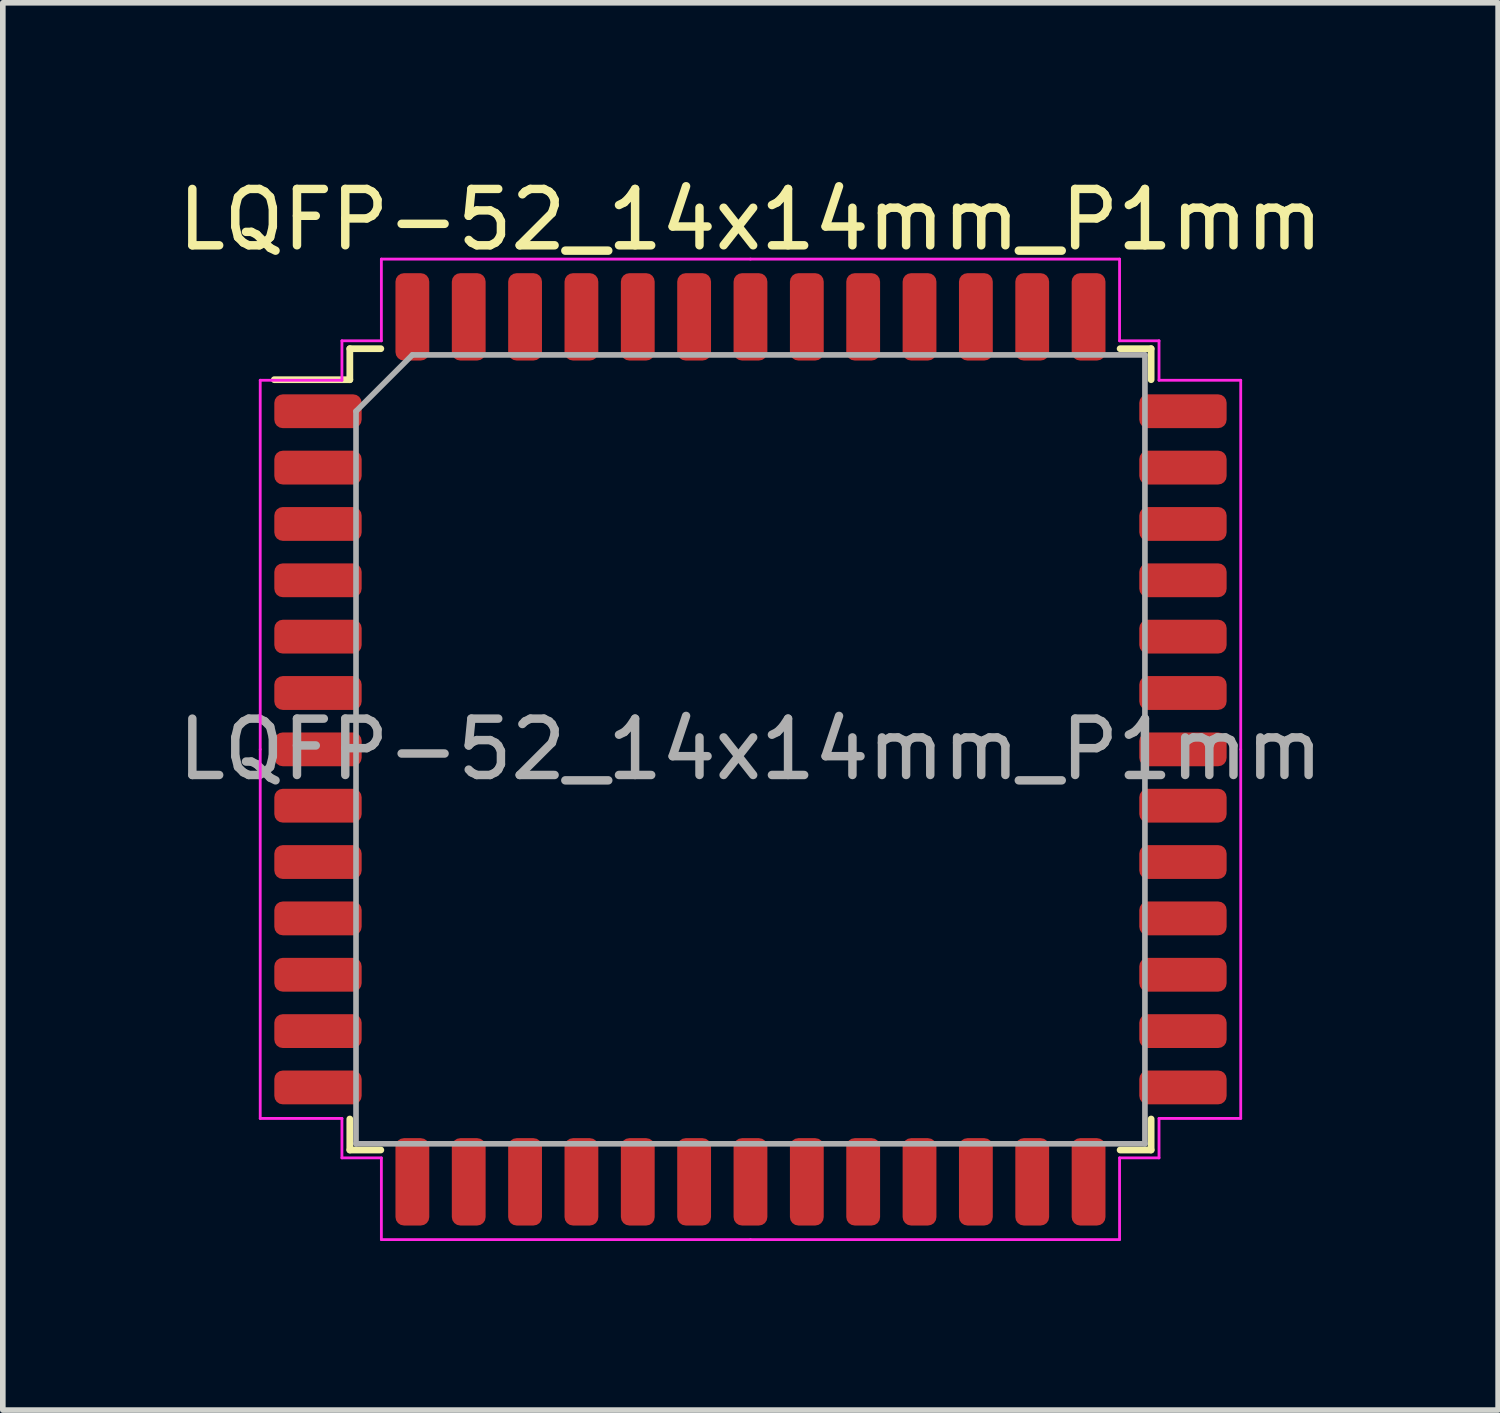
<source format=kicad_pcb>
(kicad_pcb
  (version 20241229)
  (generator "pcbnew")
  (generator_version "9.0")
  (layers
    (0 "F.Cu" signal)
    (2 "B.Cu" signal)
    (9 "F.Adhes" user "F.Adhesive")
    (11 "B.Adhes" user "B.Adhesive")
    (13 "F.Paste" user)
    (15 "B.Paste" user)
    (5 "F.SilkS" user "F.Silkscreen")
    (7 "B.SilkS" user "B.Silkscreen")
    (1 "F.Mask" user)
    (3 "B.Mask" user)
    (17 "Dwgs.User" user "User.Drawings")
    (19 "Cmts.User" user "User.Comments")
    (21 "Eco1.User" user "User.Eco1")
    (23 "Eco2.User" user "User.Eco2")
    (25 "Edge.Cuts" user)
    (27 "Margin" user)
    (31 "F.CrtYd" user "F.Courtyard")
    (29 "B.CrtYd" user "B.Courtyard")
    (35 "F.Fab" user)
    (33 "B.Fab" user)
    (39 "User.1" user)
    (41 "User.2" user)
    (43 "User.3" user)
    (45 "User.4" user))
  (footprint "LQFP-52_14x14mm_P1mm"
    (layer "F.Cu")
    (at 10.268 10.248)
    (property "Reference" "LQFP-52_14x14mm_P1mm" (at 0 -9.4 0) (layer "F.SilkS") (effects (font (size 1 1) (thickness 0.15))))
    (attr smd)
    (fp_line (start -7.11 -7.11) (end -7.11 -6.56) (stroke (width 0.12) (type solid)) (layer "F.SilkS"))
    (fp_line (start -7.11 -6.56) (end -8.45 -6.56) (stroke (width 0.12) (type solid)) (layer "F.SilkS"))
    (fp_line (start -7.11 7.11) (end -7.11 6.56) (stroke (width 0.12) (type solid)) (layer "F.SilkS"))
    (fp_line (start -6.56 -7.11) (end -7.11 -7.11) (stroke (width 0.12) (type solid)) (layer "F.SilkS"))
    (fp_line (start -6.56 7.11) (end -7.11 7.11) (stroke (width 0.12) (type solid)) (layer "F.SilkS"))
    (fp_line (start 6.56 -7.11) (end 7.11 -7.11) (stroke (width 0.12) (type solid)) (layer "F.SilkS"))
    (fp_line (start 6.56 7.11) (end 7.11 7.11) (stroke (width 0.12) (type solid)) (layer "F.SilkS"))
    (fp_line (start 7.11 -7.11) (end 7.11 -6.56) (stroke (width 0.12) (type solid)) (layer "F.SilkS"))
    (fp_line (start 7.11 7.11) (end 7.11 6.56) (stroke (width 0.12) (type solid)) (layer "F.SilkS"))
    (fp_line (start -8.7 -6.55) (end -8.7 0) (stroke (width 0.05) (type solid)) (layer "F.CrtYd"))
    (fp_line (start -8.7 6.55) (end -8.7 0) (stroke (width 0.05) (type solid)) (layer "F.CrtYd"))
    (fp_line (start -7.25 -7.25) (end -7.25 -6.55) (stroke (width 0.05) (type solid)) (layer "F.CrtYd"))
    (fp_line (start -7.25 -6.55) (end -8.7 -6.55) (stroke (width 0.05) (type solid)) (layer "F.CrtYd"))
    (fp_line (start -7.25 6.55) (end -8.7 6.55) (stroke (width 0.05) (type solid)) (layer "F.CrtYd"))
    (fp_line (start -7.25 7.25) (end -7.25 6.55) (stroke (width 0.05) (type solid)) (layer "F.CrtYd"))
    (fp_line (start -6.55 -8.7) (end -6.55 -7.25) (stroke (width 0.05) (type solid)) (layer "F.CrtYd"))
    (fp_line (start -6.55 -7.25) (end -7.25 -7.25) (stroke (width 0.05) (type solid)) (layer "F.CrtYd"))
    (fp_line (start -6.55 7.25) (end -7.25 7.25) (stroke (width 0.05) (type solid)) (layer "F.CrtYd"))
    (fp_line (start -6.55 8.7) (end -6.55 7.25) (stroke (width 0.05) (type solid)) (layer "F.CrtYd"))
    (fp_line (start 0 -8.7) (end -6.55 -8.7) (stroke (width 0.05) (type solid)) (layer "F.CrtYd"))
    (fp_line (start 0 -8.7) (end 6.55 -8.7) (stroke (width 0.05) (type solid)) (layer "F.CrtYd"))
    (fp_line (start 0 8.7) (end -6.55 8.7) (stroke (width 0.05) (type solid)) (layer "F.CrtYd"))
    (fp_line (start 0 8.7) (end 6.55 8.7) (stroke (width 0.05) (type solid)) (layer "F.CrtYd"))
    (fp_line (start 6.55 -8.7) (end 6.55 -7.25) (stroke (width 0.05) (type solid)) (layer "F.CrtYd"))
    (fp_line (start 6.55 -7.25) (end 7.25 -7.25) (stroke (width 0.05) (type solid)) (layer "F.CrtYd"))
    (fp_line (start 6.55 7.25) (end 7.25 7.25) (stroke (width 0.05) (type solid)) (layer "F.CrtYd"))
    (fp_line (start 6.55 8.7) (end 6.55 7.25) (stroke (width 0.05) (type solid)) (layer "F.CrtYd"))
    (fp_line (start 7.25 -7.25) (end 7.25 -6.55) (stroke (width 0.05) (type solid)) (layer "F.CrtYd"))
    (fp_line (start 7.25 -6.55) (end 8.7 -6.55) (stroke (width 0.05) (type solid)) (layer "F.CrtYd"))
    (fp_line (start 7.25 6.55) (end 8.7 6.55) (stroke (width 0.05) (type solid)) (layer "F.CrtYd"))
    (fp_line (start 7.25 7.25) (end 7.25 6.55) (stroke (width 0.05) (type solid)) (layer "F.CrtYd"))
    (fp_line (start 8.7 -6.55) (end 8.7 0) (stroke (width 0.05) (type solid)) (layer "F.CrtYd"))
    (fp_line (start 8.7 6.55) (end 8.7 0) (stroke (width 0.05) (type solid)) (layer "F.CrtYd"))
    (fp_line (start -7 -6) (end -6 -7) (stroke (width 0.1) (type solid)) (layer "F.Fab"))
    (fp_line (start -7 7) (end -7 -6) (stroke (width 0.1) (type solid)) (layer "F.Fab"))
    (fp_line (start -6 -7) (end 7 -7) (stroke (width 0.1) (type solid)) (layer "F.Fab"))
    (fp_line (start 7 -7) (end 7 7) (stroke (width 0.1) (type solid)) (layer "F.Fab"))
    (fp_line (start 7 7) (end -7 7) (stroke (width 0.1) (type solid)) (layer "F.Fab"))
    (fp_text user "${REFERENCE}" (at 0 0 0) (layer "F.Fab") (effects (font (size 1 1) (thickness 0.15))))
    (pad "1" smd roundrect (at -7.675 -6) (size 1.55 0.6) (layers "F.Cu" "F.Mask" "F.Paste") (roundrect_rratio 0.25))
    (pad "2" smd roundrect (at -7.675 -5) (size 1.55 0.6) (layers "F.Cu" "F.Mask" "F.Paste") (roundrect_rratio 0.25))
    (pad "3" smd roundrect (at -7.675 -4) (size 1.55 0.6) (layers "F.Cu" "F.Mask" "F.Paste") (roundrect_rratio 0.25))
    (pad "4" smd roundrect (at -7.675 -3) (size 1.55 0.6) (layers "F.Cu" "F.Mask" "F.Paste") (roundrect_rratio 0.25))
    (pad "5" smd roundrect (at -7.675 -2) (size 1.55 0.6) (layers "F.Cu" "F.Mask" "F.Paste") (roundrect_rratio 0.25))
    (pad "6" smd roundrect (at -7.675 -1) (size 1.55 0.6) (layers "F.Cu" "F.Mask" "F.Paste") (roundrect_rratio 0.25))
    (pad "7" smd roundrect (at -7.675 0) (size 1.55 0.6) (layers "F.Cu" "F.Mask" "F.Paste") (roundrect_rratio 0.25))
    (pad "8" smd roundrect (at -7.675 1) (size 1.55 0.6) (layers "F.Cu" "F.Mask" "F.Paste") (roundrect_rratio 0.25))
    (pad "9" smd roundrect (at -7.675 2) (size 1.55 0.6) (layers "F.Cu" "F.Mask" "F.Paste") (roundrect_rratio 0.25))
    (pad "10" smd roundrect (at -7.675 3) (size 1.55 0.6) (layers "F.Cu" "F.Mask" "F.Paste") (roundrect_rratio 0.25))
    (pad "11" smd roundrect (at -7.675 4) (size 1.55 0.6) (layers "F.Cu" "F.Mask" "F.Paste") (roundrect_rratio 0.25))
    (pad "12" smd roundrect (at -7.675 5) (size 1.55 0.6) (layers "F.Cu" "F.Mask" "F.Paste") (roundrect_rratio 0.25))
    (pad "13" smd roundrect (at -7.675 6) (size 1.55 0.6) (layers "F.Cu" "F.Mask" "F.Paste") (roundrect_rratio 0.25))
    (pad "14" smd roundrect (at -6 7.675) (size 0.6 1.55) (layers "F.Cu" "F.Mask" "F.Paste") (roundrect_rratio 0.25))
    (pad "15" smd roundrect (at -5 7.675) (size 0.6 1.55) (layers "F.Cu" "F.Mask" "F.Paste") (roundrect_rratio 0.25))
    (pad "16" smd roundrect (at -4 7.675) (size 0.6 1.55) (layers "F.Cu" "F.Mask" "F.Paste") (roundrect_rratio 0.25))
    (pad "17" smd roundrect (at -3 7.675) (size 0.6 1.55) (layers "F.Cu" "F.Mask" "F.Paste") (roundrect_rratio 0.25))
    (pad "18" smd roundrect (at -2 7.675) (size 0.6 1.55) (layers "F.Cu" "F.Mask" "F.Paste") (roundrect_rratio 0.25))
    (pad "19" smd roundrect (at -1 7.675) (size 0.6 1.55) (layers "F.Cu" "F.Mask" "F.Paste") (roundrect_rratio 0.25))
    (pad "20" smd roundrect (at 0 7.675) (size 0.6 1.55) (layers "F.Cu" "F.Mask" "F.Paste") (roundrect_rratio 0.25))
    (pad "21" smd roundrect (at 1 7.675) (size 0.6 1.55) (layers "F.Cu" "F.Mask" "F.Paste") (roundrect_rratio 0.25))
    (pad "22" smd roundrect (at 2 7.675) (size 0.6 1.55) (layers "F.Cu" "F.Mask" "F.Paste") (roundrect_rratio 0.25))
    (pad "23" smd roundrect (at 3 7.675) (size 0.6 1.55) (layers "F.Cu" "F.Mask" "F.Paste") (roundrect_rratio 0.25))
    (pad "24" smd roundrect (at 4 7.675) (size 0.6 1.55) (layers "F.Cu" "F.Mask" "F.Paste") (roundrect_rratio 0.25))
    (pad "25" smd roundrect (at 5 7.675) (size 0.6 1.55) (layers "F.Cu" "F.Mask" "F.Paste") (roundrect_rratio 0.25))
    (pad "26" smd roundrect (at 6 7.675) (size 0.6 1.55) (layers "F.Cu" "F.Mask" "F.Paste") (roundrect_rratio 0.25))
    (pad "27" smd roundrect (at 7.675 6) (size 1.55 0.6) (layers "F.Cu" "F.Mask" "F.Paste") (roundrect_rratio 0.25))
    (pad "28" smd roundrect (at 7.675 5) (size 1.55 0.6) (layers "F.Cu" "F.Mask" "F.Paste") (roundrect_rratio 0.25))
    (pad "29" smd roundrect (at 7.675 4) (size 1.55 0.6) (layers "F.Cu" "F.Mask" "F.Paste") (roundrect_rratio 0.25))
    (pad "30" smd roundrect (at 7.675 3) (size 1.55 0.6) (layers "F.Cu" "F.Mask" "F.Paste") (roundrect_rratio 0.25))
    (pad "31" smd roundrect (at 7.675 2) (size 1.55 0.6) (layers "F.Cu" "F.Mask" "F.Paste") (roundrect_rratio 0.25))
    (pad "32" smd roundrect (at 7.675 1) (size 1.55 0.6) (layers "F.Cu" "F.Mask" "F.Paste") (roundrect_rratio 0.25))
    (pad "33" smd roundrect (at 7.675 0) (size 1.55 0.6) (layers "F.Cu" "F.Mask" "F.Paste") (roundrect_rratio 0.25))
    (pad "34" smd roundrect (at 7.675 -1) (size 1.55 0.6) (layers "F.Cu" "F.Mask" "F.Paste") (roundrect_rratio 0.25))
    (pad "35" smd roundrect (at 7.675 -2) (size 1.55 0.6) (layers "F.Cu" "F.Mask" "F.Paste") (roundrect_rratio 0.25))
    (pad "36" smd roundrect (at 7.675 -3) (size 1.55 0.6) (layers "F.Cu" "F.Mask" "F.Paste") (roundrect_rratio 0.25))
    (pad "37" smd roundrect (at 7.675 -4) (size 1.55 0.6) (layers "F.Cu" "F.Mask" "F.Paste") (roundrect_rratio 0.25))
    (pad "38" smd roundrect (at 7.675 -5) (size 1.55 0.6) (layers "F.Cu" "F.Mask" "F.Paste") (roundrect_rratio 0.25))
    (pad "39" smd roundrect (at 7.675 -6) (size 1.55 0.6) (layers "F.Cu" "F.Mask" "F.Paste") (roundrect_rratio 0.25))
    (pad "40" smd roundrect (at 6 -7.675) (size 0.6 1.55) (layers "F.Cu" "F.Mask" "F.Paste") (roundrect_rratio 0.25))
    (pad "41" smd roundrect (at 5 -7.675) (size 0.6 1.55) (layers "F.Cu" "F.Mask" "F.Paste") (roundrect_rratio 0.25))
    (pad "42" smd roundrect (at 4 -7.675) (size 0.6 1.55) (layers "F.Cu" "F.Mask" "F.Paste") (roundrect_rratio 0.25))
    (pad "43" smd roundrect (at 3 -7.675) (size 0.6 1.55) (layers "F.Cu" "F.Mask" "F.Paste") (roundrect_rratio 0.25))
    (pad "44" smd roundrect (at 2 -7.675) (size 0.6 1.55) (layers "F.Cu" "F.Mask" "F.Paste") (roundrect_rratio 0.25))
    (pad "45" smd roundrect (at 1 -7.675) (size 0.6 1.55) (layers "F.Cu" "F.Mask" "F.Paste") (roundrect_rratio 0.25))
    (pad "46" smd roundrect (at 0 -7.675) (size 0.6 1.55) (layers "F.Cu" "F.Mask" "F.Paste") (roundrect_rratio 0.25))
    (pad "47" smd roundrect (at -1 -7.675) (size 0.6 1.55) (layers "F.Cu" "F.Mask" "F.Paste") (roundrect_rratio 0.25))
    (pad "48" smd roundrect (at -2 -7.675) (size 0.6 1.55) (layers "F.Cu" "F.Mask" "F.Paste") (roundrect_rratio 0.25))
    (pad "49" smd roundrect (at -3 -7.675) (size 0.6 1.55) (layers "F.Cu" "F.Mask" "F.Paste") (roundrect_rratio 0.25))
    (pad "50" smd roundrect (at -4 -7.675) (size 0.6 1.55) (layers "F.Cu" "F.Mask" "F.Paste") (roundrect_rratio 0.25))
    (pad "51" smd roundrect (at -5 -7.675) (size 0.6 1.55) (layers "F.Cu" "F.Mask" "F.Paste") (roundrect_rratio 0.25))
    (pad "52" smd roundrect (at -6 -7.675) (size 0.6 1.55) (layers "F.Cu" "F.Mask" "F.Paste") (roundrect_rratio 0.25)))
  (gr_rect
    (start -3 -3)
    (end 23.536 21.973)
    (stroke (width 0.1) (type default))
    (fill no)
    (layer "Edge.Cuts")))
</source>
